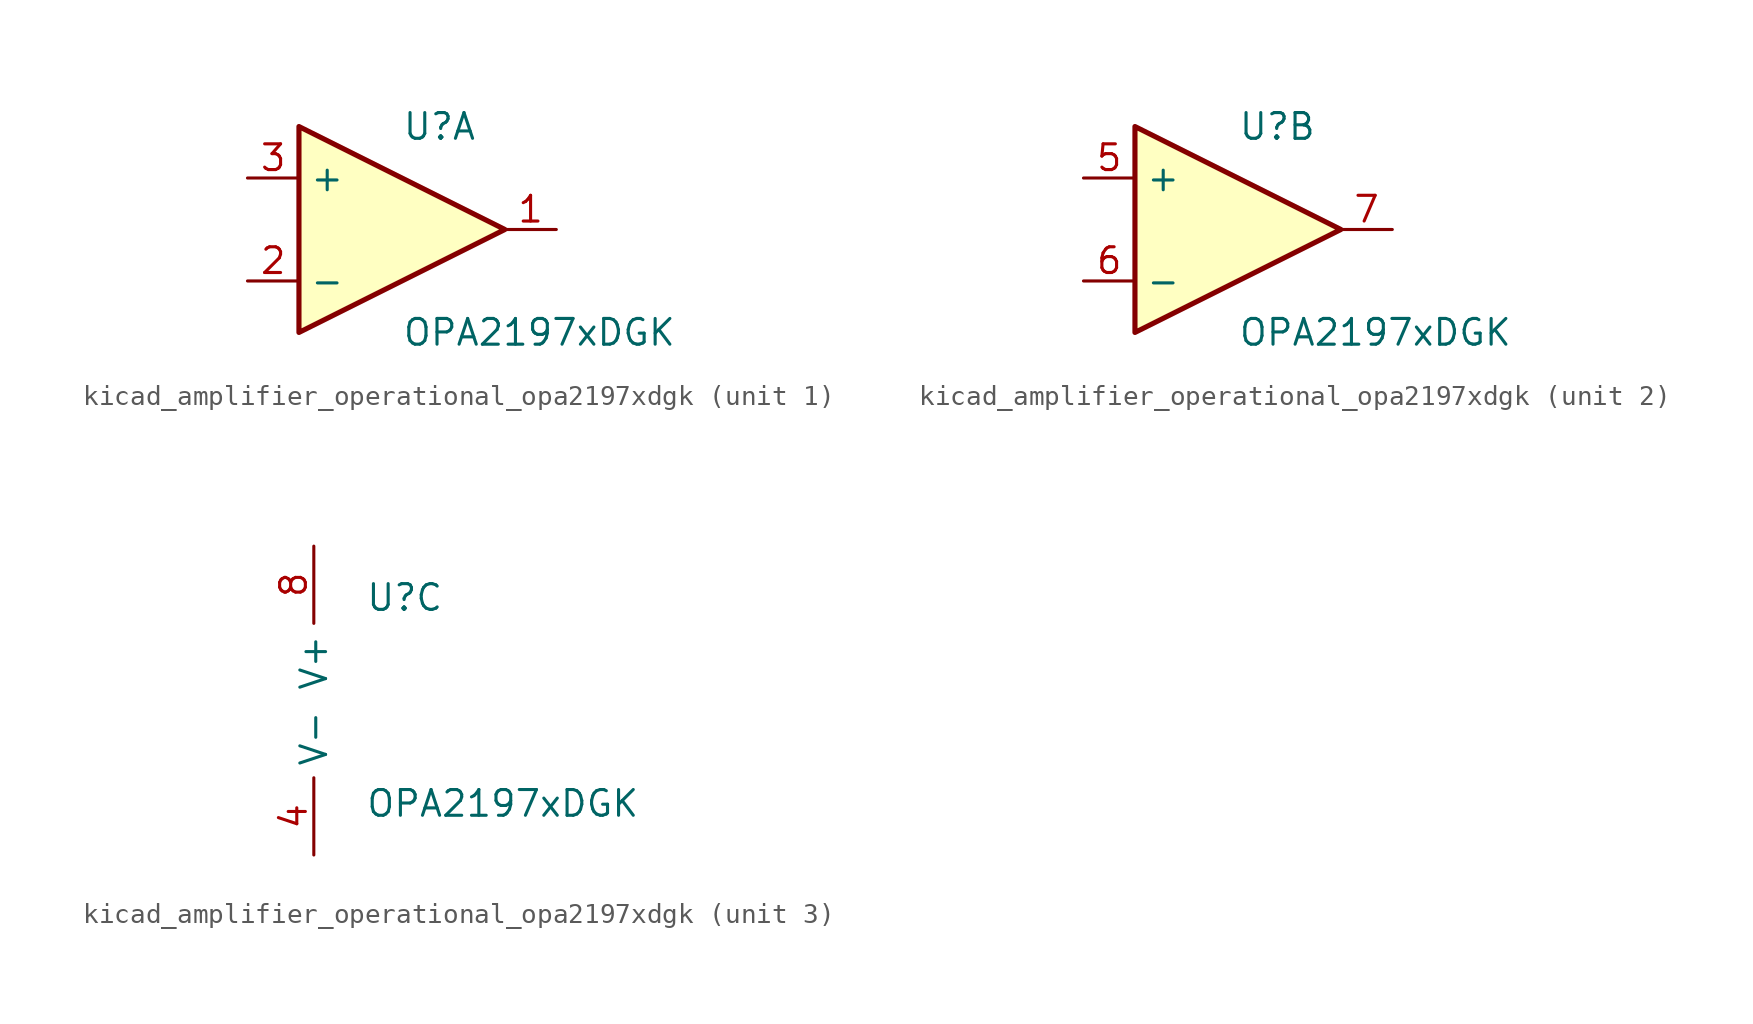
<source format=kicad_sym>
(kicad_symbol_lib
  (version 20220914)
  (generator kicad_symbol_editor)
  (symbol "kicad_amplifier_operational_opa2197xdgk"
    (property "Reference" "U"
      (at 0 5.08 0)
      (effects (font (size 1.27 1.27)) (justify left)))
    (property "Value" "OPA2197xDGK"
      (at 0 -5.08 0)
      (effects (font (size 1.27 1.27)) (justify left)))
    (property "ki_locked" ""
      (at 0 0 0)
      (effects (font (size 1.27 1.27))))
    (symbol "kicad_amplifier_operational_opa2197xdgk_1_1"
      (polyline (pts (xy -5.08 5.08) (xy 5.08 0) (xy -5.08 -5.08) (xy -5.08 5.08)) (stroke (width 0.254) (type default)) (fill (type background)))
      (pin output line (at 7.62 0 180) (length 2.54) (name "~" (effects (font (size 1.27 1.27)))) (number "1" (effects (font (size 1.27 1.27)))))
      (pin input line (at -7.62 -2.54 0) (length 2.54) (name "-" (effects (font (size 1.27 1.27)))) (number "2" (effects (font (size 1.27 1.27)))))
      (pin input line (at -7.62 2.54 0) (length 2.54) (name "+" (effects (font (size 1.27 1.27)))) (number "3" (effects (font (size 1.27 1.27))))))
    (symbol "kicad_amplifier_operational_opa2197xdgk_2_1"
      (polyline (pts (xy -5.08 5.08) (xy 5.08 0) (xy -5.08 -5.08) (xy -5.08 5.08)) (stroke (width 0.254) (type default)) (fill (type background)))
      (pin input line (at -7.62 2.54 0) (length 2.54) (name "+" (effects (font (size 1.27 1.27)))) (number "5" (effects (font (size 1.27 1.27)))))
      (pin input line (at -7.62 -2.54 0) (length 2.54) (name "-" (effects (font (size 1.27 1.27)))) (number "6" (effects (font (size 1.27 1.27)))))
      (pin output line (at 7.62 0 180) (length 2.54) (name "~" (effects (font (size 1.27 1.27)))) (number "7" (effects (font (size 1.27 1.27))))))
    (symbol "kicad_amplifier_operational_opa2197xdgk_3_1"
      (pin power_in line (at -2.54 -7.62 90) (length 3.81) (name "V-" (effects (font (size 1.27 1.27)))) (number "4" (effects (font (size 1.27 1.27)))))
      (pin power_in line (at -2.54 7.62 270) (length 3.81) (name "V+" (effects (font (size 1.27 1.27)))) (number "8" (effects (font (size 1.27 1.27))))))))
</source>
